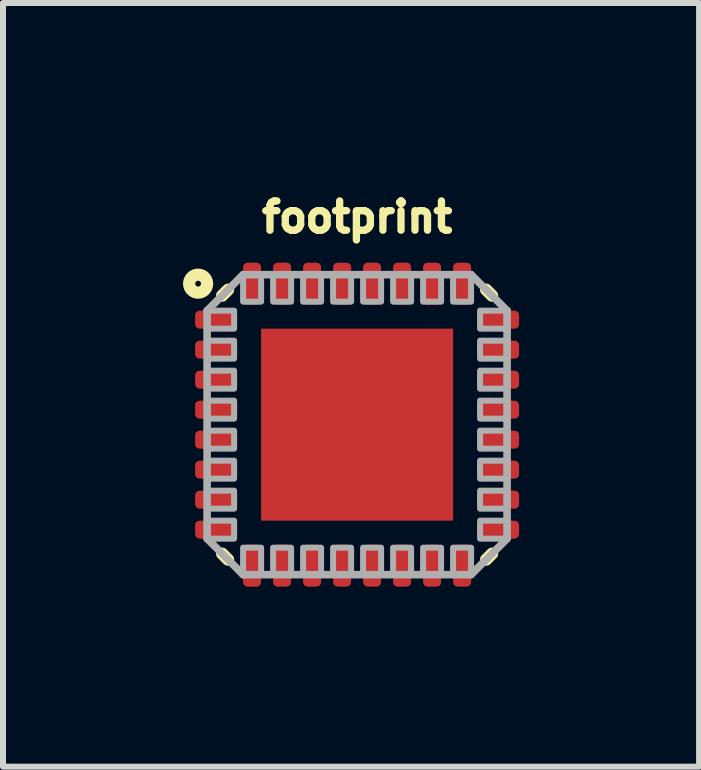
<source format=kicad_pcb>
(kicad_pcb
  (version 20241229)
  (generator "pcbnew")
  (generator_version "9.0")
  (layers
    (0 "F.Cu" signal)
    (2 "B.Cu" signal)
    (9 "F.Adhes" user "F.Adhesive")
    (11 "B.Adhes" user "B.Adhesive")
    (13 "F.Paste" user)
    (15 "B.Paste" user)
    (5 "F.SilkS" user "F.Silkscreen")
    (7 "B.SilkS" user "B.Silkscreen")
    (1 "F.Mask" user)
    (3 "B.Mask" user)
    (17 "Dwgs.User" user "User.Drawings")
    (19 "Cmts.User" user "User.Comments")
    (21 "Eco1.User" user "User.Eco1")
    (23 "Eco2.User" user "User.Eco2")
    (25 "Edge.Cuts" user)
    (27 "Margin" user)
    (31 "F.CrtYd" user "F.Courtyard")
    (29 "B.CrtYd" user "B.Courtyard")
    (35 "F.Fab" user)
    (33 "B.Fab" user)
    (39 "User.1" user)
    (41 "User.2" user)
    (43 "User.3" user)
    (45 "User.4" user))
  (footprint "footprint"
    (layer "F.Cu")
    (at 2.902 4.028)
    (property "Reference" "footprint" (at 0 -3.175 0) (layer "F.SilkS") (effects (font (size 0.488 0.488) (thickness 0.122)) (justify bottom)))
    (fp_line (start -2.25 -2.15) (end -2.15 -2.25) (stroke (width 0.203) (type solid)) (layer "F.SilkS"))
    (fp_line (start -2.15 2.25) (end -2.25 2.15) (stroke (width 0.203) (type solid)) (layer "F.SilkS"))
    (fp_line (start 2.15 -2.25) (end 2.25 -2.15) (stroke (width 0.203) (type solid)) (layer "F.SilkS"))
    (fp_line (start 2.25 2.15) (end 2.15 2.25) (stroke (width 0.203) (type solid)) (layer "F.SilkS"))
    (fp_circle (center -2.65 -2.35) (end -2.5 -2.35) (stroke (width 0.203) (type solid)) (fill no) (layer "F.SilkS"))
    (fp_poly (pts (xy -1.2 -0.25) (xy -0.25 -0.25) (xy -0.25 -1.2) (xy -1.2 -1.2)) (stroke (width 0) (type solid)) (fill yes) (layer "F.Paste"))
    (fp_poly (pts (xy -1.2 1.2) (xy -0.25 1.2) (xy -0.25 0.25) (xy -1.2 0.25)) (stroke (width 0) (type solid)) (fill yes) (layer "F.Paste"))
    (fp_poly (pts (xy 0.25 -0.25) (xy 1.2 -0.25) (xy 1.2 -1.2) (xy 0.25 -1.2)) (stroke (width 0) (type solid)) (fill yes) (layer "F.Paste"))
    (fp_poly (pts (xy 0.25 1.2) (xy 1.2 1.2) (xy 1.2 0.25) (xy 0.25 0.25)) (stroke (width 0) (type solid)) (fill yes) (layer "F.Paste"))
    (fp_line (start -2.5 -1.9) (end -1.9 -2.5) (stroke (width 0.127) (type solid)) (layer "F.Fab"))
    (fp_line (start -2.5 1.9) (end -2.5 -1.9) (stroke (width 0.127) (type solid)) (layer "F.Fab"))
    (fp_line (start -1.9 -2.5) (end 1.9 -2.5) (stroke (width 0.127) (type solid)) (layer "F.Fab"))
    (fp_line (start -1.9 2.5) (end -2.5 1.9) (stroke (width 0.127) (type solid)) (layer "F.Fab"))
    (fp_line (start 1.9 -2.5) (end 2.5 -1.9) (stroke (width 0.127) (type solid)) (layer "F.Fab"))
    (fp_line (start 1.9 2.5) (end -1.9 2.5) (stroke (width 0.127) (type solid)) (layer "F.Fab"))
    (fp_line (start 2.5 -1.9) (end 2.5 1.9) (stroke (width 0.127) (type solid)) (layer "F.Fab"))
    (fp_line (start 2.5 1.9) (end 1.9 2.5) (stroke (width 0.127) (type solid)) (layer "F.Fab"))
    (fp_poly (pts (xy -2.5 -1.6) (xy -2.05 -1.6) (xy -2.05 -1.9) (xy -2.5 -1.9)) (stroke (width 0.1) (type solid)) (fill no) (layer "F.Fab"))
    (fp_poly (pts (xy -2.5 -1.1) (xy -2.05 -1.1) (xy -2.05 -1.4) (xy -2.5 -1.4)) (stroke (width 0.1) (type solid)) (fill no) (layer "F.Fab"))
    (fp_poly (pts (xy -2.5 -0.6) (xy -2.05 -0.6) (xy -2.05 -0.9) (xy -2.5 -0.9)) (stroke (width 0.1) (type solid)) (fill no) (layer "F.Fab"))
    (fp_poly (pts (xy -2.5 -0.1) (xy -2.05 -0.1) (xy -2.05 -0.4) (xy -2.5 -0.4)) (stroke (width 0.1) (type solid)) (fill no) (layer "F.Fab"))
    (fp_poly (pts (xy -2.5 0.4) (xy -2.05 0.4) (xy -2.05 0.1) (xy -2.5 0.1)) (stroke (width 0.1) (type solid)) (fill no) (layer "F.Fab"))
    (fp_poly (pts (xy -2.5 0.9) (xy -2.05 0.9) (xy -2.05 0.6) (xy -2.5 0.6)) (stroke (width 0.1) (type solid)) (fill no) (layer "F.Fab"))
    (fp_poly (pts (xy -2.5 1.4) (xy -2.05 1.4) (xy -2.05 1.1) (xy -2.5 1.1)) (stroke (width 0.1) (type solid)) (fill no) (layer "F.Fab"))
    (fp_poly (pts (xy -2.5 1.9) (xy -2.05 1.9) (xy -2.05 1.6) (xy -2.5 1.6)) (stroke (width 0.1) (type solid)) (fill no) (layer "F.Fab"))
    (fp_poly (pts (xy -1.9 -2.05) (xy -1.6 -2.05) (xy -1.6 -2.5) (xy -1.9 -2.5)) (stroke (width 0.1) (type solid)) (fill no) (layer "F.Fab"))
    (fp_poly (pts (xy -1.9 2.5) (xy -1.6 2.5) (xy -1.6 2.05) (xy -1.9 2.05)) (stroke (width 0.1) (type solid)) (fill no) (layer "F.Fab"))
    (fp_poly (pts (xy -1.4 -2.05) (xy -1.1 -2.05) (xy -1.1 -2.5) (xy -1.4 -2.5)) (stroke (width 0.1) (type solid)) (fill no) (layer "F.Fab"))
    (fp_poly (pts (xy -1.4 2.5) (xy -1.1 2.5) (xy -1.1 2.05) (xy -1.4 2.05)) (stroke (width 0.1) (type solid)) (fill no) (layer "F.Fab"))
    (fp_poly (pts (xy -0.9 -2.05) (xy -0.6 -2.05) (xy -0.6 -2.5) (xy -0.9 -2.5)) (stroke (width 0.1) (type solid)) (fill no) (layer "F.Fab"))
    (fp_poly (pts (xy -0.9 2.5) (xy -0.6 2.5) (xy -0.6 2.05) (xy -0.9 2.05)) (stroke (width 0.1) (type solid)) (fill no) (layer "F.Fab"))
    (fp_poly (pts (xy -0.4 -2.05) (xy -0.1 -2.05) (xy -0.1 -2.5) (xy -0.4 -2.5)) (stroke (width 0.1) (type solid)) (fill no) (layer "F.Fab"))
    (fp_poly (pts (xy -0.4 2.5) (xy -0.1 2.5) (xy -0.1 2.05) (xy -0.4 2.05)) (stroke (width 0.1) (type solid)) (fill no) (layer "F.Fab"))
    (fp_poly (pts (xy 0.1 -2.05) (xy 0.4 -2.05) (xy 0.4 -2.5) (xy 0.1 -2.5)) (stroke (width 0.1) (type solid)) (fill no) (layer "F.Fab"))
    (fp_poly (pts (xy 0.1 2.5) (xy 0.4 2.5) (xy 0.4 2.05) (xy 0.1 2.05)) (stroke (width 0.1) (type solid)) (fill no) (layer "F.Fab"))
    (fp_poly (pts (xy 0.6 -2.05) (xy 0.9 -2.05) (xy 0.9 -2.5) (xy 0.6 -2.5)) (stroke (width 0.1) (type solid)) (fill no) (layer "F.Fab"))
    (fp_poly (pts (xy 0.6 2.5) (xy 0.9 2.5) (xy 0.9 2.05) (xy 0.6 2.05)) (stroke (width 0.1) (type solid)) (fill no) (layer "F.Fab"))
    (fp_poly (pts (xy 1.1 -2.05) (xy 1.4 -2.05) (xy 1.4 -2.5) (xy 1.1 -2.5)) (stroke (width 0.1) (type solid)) (fill no) (layer "F.Fab"))
    (fp_poly (pts (xy 1.1 2.5) (xy 1.4 2.5) (xy 1.4 2.05) (xy 1.1 2.05)) (stroke (width 0.1) (type solid)) (fill no) (layer "F.Fab"))
    (fp_poly (pts (xy 1.6 -2.05) (xy 1.9 -2.05) (xy 1.9 -2.5) (xy 1.6 -2.5)) (stroke (width 0.1) (type solid)) (fill no) (layer "F.Fab"))
    (fp_poly (pts (xy 1.6 2.5) (xy 1.9 2.5) (xy 1.9 2.05) (xy 1.6 2.05)) (stroke (width 0.1) (type solid)) (fill no) (layer "F.Fab"))
    (fp_poly (pts (xy 2.05 -1.6) (xy 2.5 -1.6) (xy 2.5 -1.9) (xy 2.05 -1.9)) (stroke (width 0.1) (type solid)) (fill no) (layer "F.Fab"))
    (fp_poly (pts (xy 2.05 -1.1) (xy 2.5 -1.1) (xy 2.5 -1.4) (xy 2.05 -1.4)) (stroke (width 0.1) (type solid)) (fill no) (layer "F.Fab"))
    (fp_poly (pts (xy 2.05 -0.6) (xy 2.5 -0.6) (xy 2.5 -0.9) (xy 2.05 -0.9)) (stroke (width 0.1) (type solid)) (fill no) (layer "F.Fab"))
    (fp_poly (pts (xy 2.05 -0.1) (xy 2.5 -0.1) (xy 2.5 -0.4) (xy 2.05 -0.4)) (stroke (width 0.1) (type solid)) (fill no) (layer "F.Fab"))
    (fp_poly (pts (xy 2.05 0.4) (xy 2.5 0.4) (xy 2.5 0.1) (xy 2.05 0.1)) (stroke (width 0.1) (type solid)) (fill no) (layer "F.Fab"))
    (fp_poly (pts (xy 2.05 0.9) (xy 2.5 0.9) (xy 2.5 0.6) (xy 2.05 0.6)) (stroke (width 0.1) (type solid)) (fill no) (layer "F.Fab"))
    (fp_poly (pts (xy 2.05 1.4) (xy 2.5 1.4) (xy 2.5 1.1) (xy 2.05 1.1)) (stroke (width 0.1) (type solid)) (fill no) (layer "F.Fab"))
    (fp_poly (pts (xy 2.05 1.9) (xy 2.5 1.9) (xy 2.5 1.6) (xy 2.05 1.6)) (stroke (width 0.1) (type solid)) (fill no) (layer "F.Fab"))
    (pad "1" smd roundrect (at -2.35 -1.75) (size 0.7 0.3) (layers "F.Cu" "F.Mask" "F.Paste") (roundrect_rratio 0.25))
    (pad "2" smd roundrect (at -2.35 -1.25) (size 0.7 0.3) (layers "F.Cu" "F.Mask" "F.Paste") (roundrect_rratio 0.25))
    (pad "3" smd roundrect (at -2.35 -0.75) (size 0.7 0.3) (layers "F.Cu" "F.Mask" "F.Paste") (roundrect_rratio 0.25))
    (pad "4" smd roundrect (at -2.35 -0.25) (size 0.7 0.3) (layers "F.Cu" "F.Mask" "F.Paste") (roundrect_rratio 0.25))
    (pad "5" smd roundrect (at -2.35 0.25) (size 0.7 0.3) (layers "F.Cu" "F.Mask" "F.Paste") (roundrect_rratio 0.25))
    (pad "6" smd roundrect (at -2.35 0.75) (size 0.7 0.3) (layers "F.Cu" "F.Mask" "F.Paste") (roundrect_rratio 0.25))
    (pad "7" smd roundrect (at -2.35 1.25) (size 0.7 0.3) (layers "F.Cu" "F.Mask" "F.Paste") (roundrect_rratio 0.25))
    (pad "8" smd roundrect (at -2.35 1.75) (size 0.7 0.3) (layers "F.Cu" "F.Mask" "F.Paste") (roundrect_rratio 0.25))
    (pad "9" smd roundrect (at -1.75 2.35) (size 0.3 0.7) (layers "F.Cu" "F.Mask" "F.Paste") (roundrect_rratio 0.25))
    (pad "10" smd roundrect (at -1.25 2.35) (size 0.3 0.7) (layers "F.Cu" "F.Mask" "F.Paste") (roundrect_rratio 0.25))
    (pad "11" smd roundrect (at -0.75 2.35) (size 0.3 0.7) (layers "F.Cu" "F.Mask" "F.Paste") (roundrect_rratio 0.25))
    (pad "12" smd roundrect (at -0.25 2.35) (size 0.3 0.7) (layers "F.Cu" "F.Mask" "F.Paste") (roundrect_rratio 0.25))
    (pad "13" smd roundrect (at 0.25 2.35) (size 0.3 0.7) (layers "F.Cu" "F.Mask" "F.Paste") (roundrect_rratio 0.25))
    (pad "14" smd roundrect (at 0.75 2.35) (size 0.3 0.7) (layers "F.Cu" "F.Mask" "F.Paste") (roundrect_rratio 0.25))
    (pad "15" smd roundrect (at 1.25 2.35) (size 0.3 0.7) (layers "F.Cu" "F.Mask" "F.Paste") (roundrect_rratio 0.25))
    (pad "16" smd roundrect (at 1.75 2.35) (size 0.3 0.7) (layers "F.Cu" "F.Mask" "F.Paste") (roundrect_rratio 0.25))
    (pad "17" smd roundrect (at 2.35 1.75) (size 0.7 0.3) (layers "F.Cu" "F.Mask" "F.Paste") (roundrect_rratio 0.25))
    (pad "18" smd roundrect (at 2.35 1.25) (size 0.7 0.3) (layers "F.Cu" "F.Mask" "F.Paste") (roundrect_rratio 0.25))
    (pad "19" smd roundrect (at 2.35 0.75) (size 0.7 0.3) (layers "F.Cu" "F.Mask" "F.Paste") (roundrect_rratio 0.25))
    (pad "20" smd roundrect (at 2.35 0.25) (size 0.7 0.3) (layers "F.Cu" "F.Mask" "F.Paste") (roundrect_rratio 0.25))
    (pad "21" smd roundrect (at 2.35 -0.25) (size 0.7 0.3) (layers "F.Cu" "F.Mask" "F.Paste") (roundrect_rratio 0.25))
    (pad "22" smd roundrect (at 2.35 -0.75) (size 0.7 0.3) (layers "F.Cu" "F.Mask" "F.Paste") (roundrect_rratio 0.25))
    (pad "23" smd roundrect (at 2.35 -1.25) (size 0.7 0.3) (layers "F.Cu" "F.Mask" "F.Paste") (roundrect_rratio 0.25))
    (pad "24" smd roundrect (at 2.35 -1.75) (size 0.7 0.3) (layers "F.Cu" "F.Mask" "F.Paste") (roundrect_rratio 0.25))
    (pad "25" smd roundrect (at 1.75 -2.35) (size 0.3 0.7) (layers "F.Cu" "F.Mask" "F.Paste") (roundrect_rratio 0.25))
    (pad "26" smd roundrect (at 1.25 -2.35) (size 0.3 0.7) (layers "F.Cu" "F.Mask" "F.Paste") (roundrect_rratio 0.25))
    (pad "27" smd roundrect (at 0.75 -2.35) (size 0.3 0.7) (layers "F.Cu" "F.Mask" "F.Paste") (roundrect_rratio 0.25))
    (pad "28" smd roundrect (at 0.25 -2.35) (size 0.3 0.7) (layers "F.Cu" "F.Mask" "F.Paste") (roundrect_rratio 0.25))
    (pad "29" smd roundrect (at -0.25 -2.35) (size 0.3 0.7) (layers "F.Cu" "F.Mask" "F.Paste") (roundrect_rratio 0.25))
    (pad "30" smd roundrect (at -0.75 -2.35) (size 0.3 0.7) (layers "F.Cu" "F.Mask" "F.Paste") (roundrect_rratio 0.25))
    (pad "31" smd roundrect (at -1.25 -2.35) (size 0.3 0.7) (layers "F.Cu" "F.Mask" "F.Paste") (roundrect_rratio 0.25))
    (pad "32" smd roundrect (at -1.75 -2.35) (size 0.3 0.7) (layers "F.Cu" "F.Mask" "F.Paste") (roundrect_rratio 0.25))
    (pad "PAD" smd rect (at 0 0) (size 3.2 3.2) (layers "F.Cu" "F.Mask")))
  (gr_rect
    (start -3 -3)
    (end 8.602 9.728)
    (stroke (width 0.1) (type default))
    (fill no)
    (layer "Edge.Cuts")))
</source>
